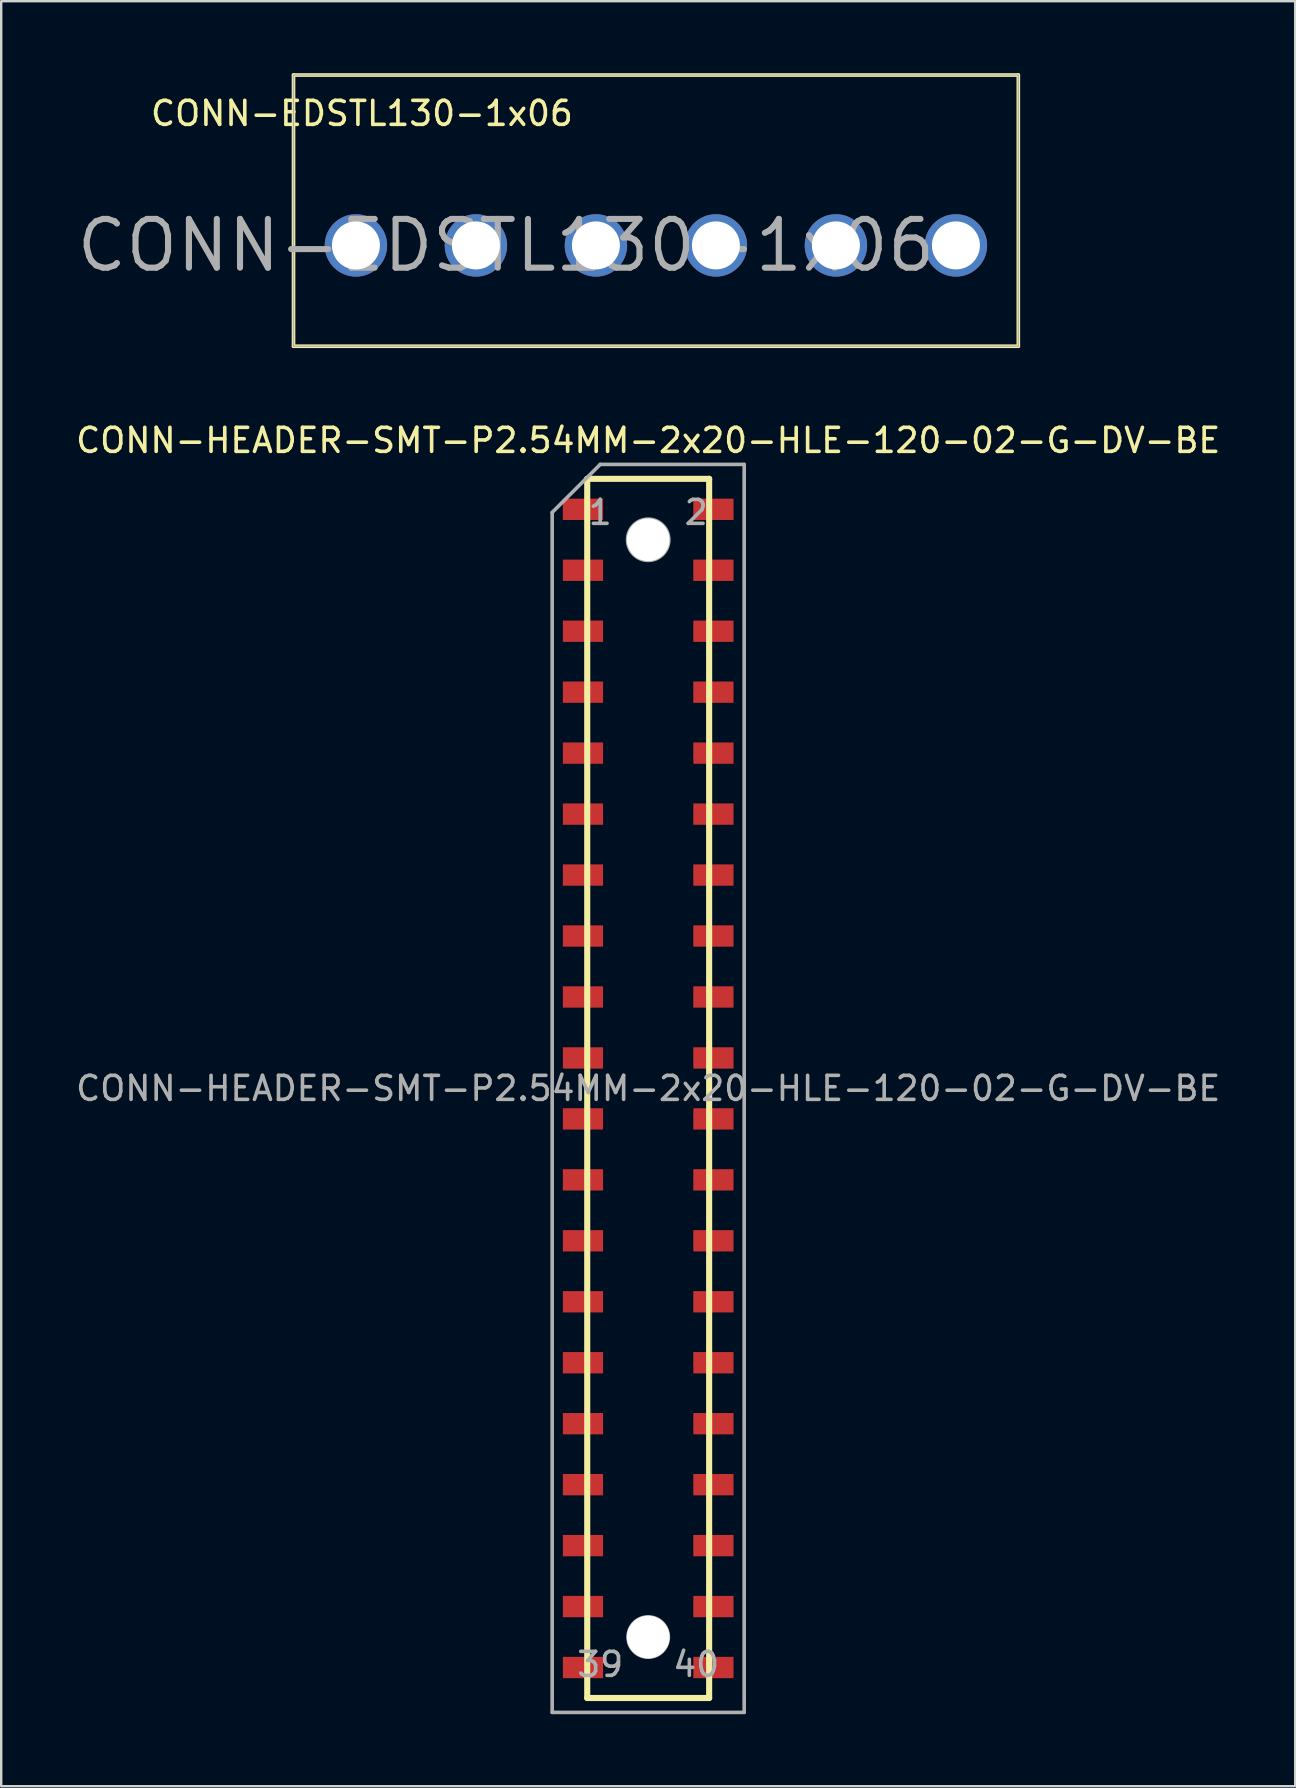
<source format=kicad_pcb>
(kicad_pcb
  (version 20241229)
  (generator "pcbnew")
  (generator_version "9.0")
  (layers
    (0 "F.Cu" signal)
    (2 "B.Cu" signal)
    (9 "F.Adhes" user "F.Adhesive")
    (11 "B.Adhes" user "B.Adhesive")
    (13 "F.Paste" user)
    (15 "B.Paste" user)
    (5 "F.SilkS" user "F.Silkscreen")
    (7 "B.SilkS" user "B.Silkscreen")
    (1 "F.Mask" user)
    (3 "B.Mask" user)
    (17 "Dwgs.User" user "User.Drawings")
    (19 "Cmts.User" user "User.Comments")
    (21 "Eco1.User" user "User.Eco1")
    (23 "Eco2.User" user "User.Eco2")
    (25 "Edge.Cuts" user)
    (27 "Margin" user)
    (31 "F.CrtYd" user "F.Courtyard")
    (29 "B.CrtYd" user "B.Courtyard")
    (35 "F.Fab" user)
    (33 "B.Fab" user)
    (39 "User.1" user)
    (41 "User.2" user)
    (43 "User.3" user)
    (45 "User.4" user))
  (footprint "CONN-HEADER-SMT-P2.54MM-2x20-HLE-120-02-G-DV-BE"
    (layer "F.Cu")
    (at 23.958 42.301)
    (property "Reference" "CONN-HEADER-SMT-P2.54MM-2x20-HLE-120-02-G-DV-BE" (at 0 0 180) (layer "F.Fab") (effects (font (size 1 1) (thickness 0.15))))
    (attr through_hole)
    (fp_line (start -2.54 -25.4) (end 2.54 -25.4) (stroke (width 0.254) (type solid)) (layer "F.SilkS"))
    (fp_line (start -2.54 25.4) (end -2.54 -25.4) (stroke (width 0.254) (type solid)) (layer "F.SilkS"))
    (fp_line (start 2.54 -25.4) (end 2.54 25.4) (stroke (width 0.254) (type solid)) (layer "F.SilkS"))
    (fp_line (start 2.54 25.4) (end -2.54 25.4) (stroke (width 0.254) (type solid)) (layer "F.SilkS"))
    (fp_line (start -4 -24) (end -4 26) (stroke (width 0.15) (type solid)) (layer "F.Fab"))
    (fp_line (start -4 -24) (end -2 -26) (stroke (width 0.15) (type solid)) (layer "F.Fab"))
    (fp_line (start -4 26) (end 4 26) (stroke (width 0.15) (type solid)) (layer "F.Fab"))
    (fp_line (start 4 -26) (end -2 -26) (stroke (width 0.15) (type solid)) (layer "F.Fab"))
    (fp_line (start 4 26) (end 4 -26) (stroke (width 0.15) (type solid)) (layer "F.Fab"))
    (fp_circle (center 0 -22.86) (end 0 -22) (stroke (width 0.15) (type solid)) (fill no) (layer "F.Fab"))
    (fp_circle (center 0 22.86) (end 0 23.7) (stroke (width 0.15) (type solid)) (fill no) (layer "F.Fab"))
    (fp_text user "${REFERENCE}" (at 0 -27 0) (layer "F.SilkS") (effects (font (size 1 1) (thickness 0.15))))
    (fp_text user "1" (at -2 -24 0) (layer "F.Fab") (effects (font (size 1 1) (thickness 0.15))))
    (fp_text user "2" (at 2 -24 0) (layer "F.Fab") (effects (font (size 1 1) (thickness 0.15))))
    (fp_text user "40" (at 2 24 0) (layer "F.Fab") (effects (font (size 1 1) (thickness 0.15))))
    (fp_text user "39" (at -2 24 0) (layer "F.Fab") (effects (font (size 1 1) (thickness 0.15))))
    (pad "" np_thru_hole circle (at 0 -22.86 270) (size 1.778 1.778) (drill 1.778) (layers "*.Cu" "*.Mask" "F.SilkS"))
    (pad "" np_thru_hole circle (at 0 22.86 270) (size 1.778 1.778) (drill 1.778) (layers "*.Cu" "*.Mask" "F.SilkS"))
    (pad "1" smd rect (at -2.718 -24.13 90) (size 0.889 1.676) (layers "F.Cu" "F.Mask" "F.Paste"))
    (pad "2" smd rect (at 2.718 -24.13 90) (size 0.889 1.676) (layers "F.Cu" "F.Mask" "F.Paste"))
    (pad "3" smd rect (at -2.718 -21.59 90) (size 0.889 1.676) (layers "F.Cu" "F.Mask" "F.Paste"))
    (pad "4" smd rect (at 2.718 -21.59 90) (size 0.889 1.676) (layers "F.Cu" "F.Mask" "F.Paste"))
    (pad "5" smd rect (at -2.718 -19.05 90) (size 0.889 1.676) (layers "F.Cu" "F.Mask" "F.Paste"))
    (pad "6" smd rect (at 2.718 -19.05 90) (size 0.889 1.676) (layers "F.Cu" "F.Mask" "F.Paste"))
    (pad "7" smd rect (at -2.718 -16.51 90) (size 0.889 1.676) (layers "F.Cu" "F.Mask" "F.Paste"))
    (pad "8" smd rect (at 2.718 -16.51 90) (size 0.889 1.676) (layers "F.Cu" "F.Mask" "F.Paste"))
    (pad "9" smd rect (at -2.718 -13.97 90) (size 0.889 1.676) (layers "F.Cu" "F.Mask" "F.Paste"))
    (pad "10" smd rect (at 2.718 -13.97 90) (size 0.889 1.676) (layers "F.Cu" "F.Mask" "F.Paste"))
    (pad "11" smd rect (at -2.718 -11.43 90) (size 0.889 1.676) (layers "F.Cu" "F.Mask" "F.Paste"))
    (pad "12" smd rect (at 2.718 -11.43 90) (size 0.889 1.676) (layers "F.Cu" "F.Mask" "F.Paste"))
    (pad "13" smd rect (at -2.718 -8.89 90) (size 0.889 1.676) (layers "F.Cu" "F.Mask" "F.Paste"))
    (pad "14" smd rect (at 2.718 -8.89 90) (size 0.889 1.676) (layers "F.Cu" "F.Mask" "F.Paste"))
    (pad "15" smd rect (at -2.718 -6.35 90) (size 0.889 1.676) (layers "F.Cu" "F.Mask" "F.Paste"))
    (pad "16" smd rect (at 2.718 -6.35 90) (size 0.889 1.676) (layers "F.Cu" "F.Mask" "F.Paste"))
    (pad "17" smd rect (at -2.718 -3.81 90) (size 0.889 1.676) (layers "F.Cu" "F.Mask" "F.Paste"))
    (pad "18" smd rect (at 2.718 -3.81 90) (size 0.889 1.676) (layers "F.Cu" "F.Mask" "F.Paste"))
    (pad "19" smd rect (at -2.718 -1.27 90) (size 0.889 1.676) (layers "F.Cu" "F.Mask" "F.Paste"))
    (pad "20" smd rect (at 2.718 -1.27 90) (size 0.889 1.676) (layers "F.Cu" "F.Mask" "F.Paste"))
    (pad "21" smd rect (at -2.718 1.27 90) (size 0.889 1.676) (layers "F.Cu" "F.Mask" "F.Paste"))
    (pad "22" smd rect (at 2.718 1.27 90) (size 0.889 1.676) (layers "F.Cu" "F.Mask" "F.Paste"))
    (pad "23" smd rect (at -2.718 3.81 90) (size 0.889 1.676) (layers "F.Cu" "F.Mask" "F.Paste"))
    (pad "24" smd rect (at 2.718 3.81 90) (size 0.889 1.676) (layers "F.Cu" "F.Mask" "F.Paste"))
    (pad "25" smd rect (at -2.718 6.35 90) (size 0.889 1.676) (layers "F.Cu" "F.Mask" "F.Paste"))
    (pad "26" smd rect (at 2.718 6.35 90) (size 0.889 1.676) (layers "F.Cu" "F.Mask" "F.Paste"))
    (pad "27" smd rect (at -2.718 8.89 90) (size 0.889 1.676) (layers "F.Cu" "F.Mask" "F.Paste"))
    (pad "28" smd rect (at 2.718 8.89 90) (size 0.889 1.676) (layers "F.Cu" "F.Mask" "F.Paste"))
    (pad "29" smd rect (at -2.718 11.43 90) (size 0.889 1.676) (layers "F.Cu" "F.Mask" "F.Paste"))
    (pad "30" smd rect (at 2.718 11.43 90) (size 0.889 1.676) (layers "F.Cu" "F.Mask" "F.Paste"))
    (pad "31" smd rect (at -2.718 13.97 90) (size 0.889 1.676) (layers "F.Cu" "F.Mask" "F.Paste"))
    (pad "32" smd rect (at 2.718 13.97 90) (size 0.889 1.676) (layers "F.Cu" "F.Mask" "F.Paste"))
    (pad "33" smd rect (at -2.718 16.51 90) (size 0.889 1.676) (layers "F.Cu" "F.Mask" "F.Paste"))
    (pad "34" smd rect (at 2.718 16.51 90) (size 0.889 1.676) (layers "F.Cu" "F.Mask" "F.Paste"))
    (pad "35" smd rect (at -2.718 19.05 90) (size 0.889 1.676) (layers "F.Cu" "F.Mask" "F.Paste"))
    (pad "36" smd rect (at 2.718 19.05 90) (size 0.889 1.676) (layers "F.Cu" "F.Mask" "F.Paste"))
    (pad "37" smd rect (at -2.718 21.59 90) (size 0.889 1.676) (layers "F.Cu" "F.Mask" "F.Paste"))
    (pad "38" smd rect (at 2.718 21.59 90) (size 0.889 1.676) (layers "F.Cu" "F.Mask" "F.Paste"))
    (pad "39" smd rect (at -2.718 24.13 90) (size 0.889 1.676) (layers "F.Cu" "F.Mask" "F.Paste"))
    (pad "40" smd rect (at 2.718 24.13 90) (size 0.889 1.676) (layers "F.Cu" "F.Mask" "F.Paste")))
  (footprint "CONN-EDSTL130-1x06"
    (layer "F.Cu")
    (at 11.78 7.176)
    (property "Reference" "CONN-EDSTL130-1x06" (at 6.25 0 0) (layer "F.Fab") (effects (font (size 2.032 2.032) (thickness 0.254))))
    (attr through_hole)
    (fp_line (start -2.6 -7.1) (end -2.6 4.2) (stroke (width 0.152) (type solid)) (layer "F.SilkS"))
    (fp_line (start -2.6 4.2) (end 27.6 4.2) (stroke (width 0.152) (type solid)) (layer "F.SilkS"))
    (fp_line (start 27.6 -7.1) (end -2.6 -7.1) (stroke (width 0.152) (type solid)) (layer "F.SilkS"))
    (fp_line (start 27.6 -7.1) (end 27.6 4.2) (stroke (width 0.152) (type solid)) (layer "F.SilkS"))
    (fp_line (start -2.6 -7.1) (end -2.6 4.2) (stroke (width 0.051) (type solid)) (layer "F.Fab"))
    (fp_line (start -2.6 4.2) (end 27.6 4.2) (stroke (width 0.051) (type solid)) (layer "F.Fab"))
    (fp_line (start 27.6 -7.1) (end -2.6 -7.1) (stroke (width 0.051) (type solid)) (layer "F.Fab"))
    (fp_line (start 27.6 -7.1) (end 27.6 4.2) (stroke (width 0.051) (type solid)) (layer "F.Fab"))
    (fp_text user "${REFERENCE}" (at 0.25 -5.5 0) (layer "F.SilkS") (effects (font (size 1 1) (thickness 0.15))))
    (pad "1" thru_hole circle (at 0 0) (size 2.6 2.6) (drill 2) (layers "*.Cu" "*.Mask"))
    (pad "2" thru_hole circle (at 5 0) (size 2.6 2.6) (drill 2) (layers "*.Cu" "*.Mask"))
    (pad "3" thru_hole circle (at 10 0) (size 2.6 2.6) (drill 2) (layers "*.Cu" "*.Mask"))
    (pad "4" thru_hole circle (at 15 0) (size 2.6 2.6) (drill 2) (layers "*.Cu" "*.Mask"))
    (pad "5" thru_hole circle (at 20 0) (size 2.6 2.6) (drill 2) (layers "*.Cu" "*.Mask"))
    (pad "6" thru_hole circle (at 25 0) (size 2.6 2.6) (drill 2) (layers "*.Cu" "*.Mask")))
  (gr_rect
    (start -3 -3)
    (end 50.917 71.376)
    (stroke (width 0.1) (type default))
    (fill no)
    (layer "Edge.Cuts")))
</source>
